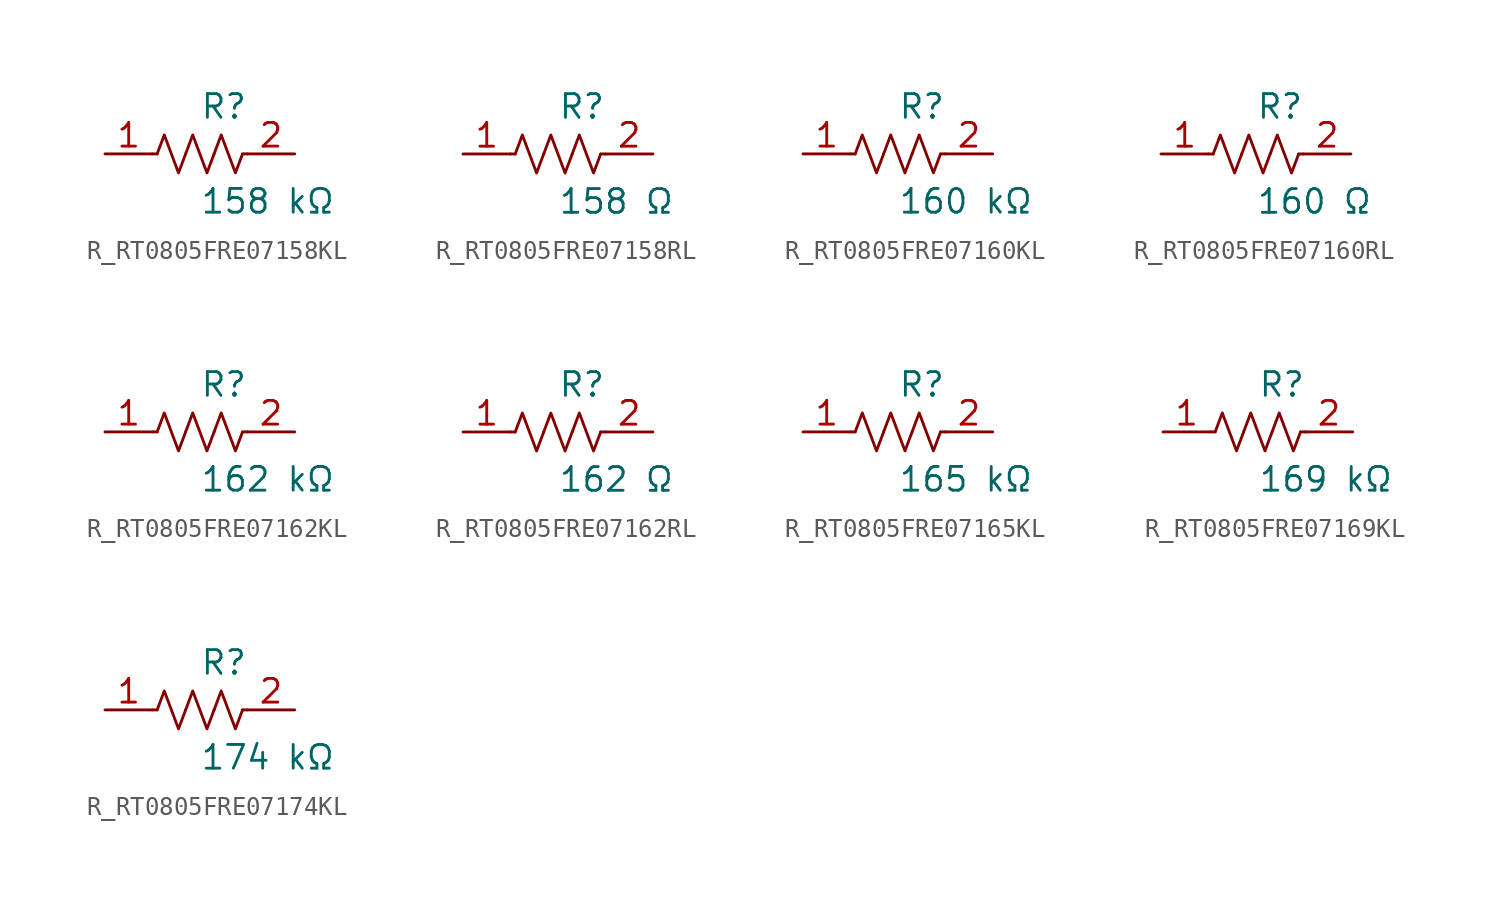
<source format=kicad_sym>
(kicad_symbol_lib
  (version 20231120)
  (generator kicad_symbol_editor)
  (generator_version 8.0)
  (symbol "R_RT0805FRE07158KL"
    (pin_names
      (offset 0.254))
    (property "Reference" "R"
      (at 0 2.54 0)
      (effects (font (size 1.27 1.27)) (justify left)))
    (property "Value" "158 kΩ"
      (at 0 -2.54 0)
      (effects (font (size 1.27 1.27)) (justify left)))
    (symbol "R_RT0805FRE07158KL_0_1"
      (polyline (pts (xy 2.286 0) (xy 2.54 0)) (stroke (width 0) (type default)) (fill (type none)))
      (polyline (pts (xy -2.286 0) (xy -2.54 0)) (stroke (width 0) (type default)) (fill (type none)))
      (polyline (pts (xy 0.762 0) (xy 1.143 1.016) (xy 1.524 0) (xy 1.905 -1.016) (xy 2.286 0)) (stroke (width 0) (type default)) (fill (type none)))
      (polyline (pts (xy -0.762 0) (xy -0.381 1.016) (xy 0 0) (xy 0.381 -1.016) (xy 0.762 0)) (stroke (width 0) (type default)) (fill (type none)))
      (polyline (pts (xy -2.286 0) (xy -1.905 1.016) (xy -1.524 0) (xy -1.143 -1.016) (xy -0.762 0)) (stroke (width 0) (type default)) (fill (type none))))
    (pin passive line
      (at -5.08 0 0)
      (length 2.54)
      (name "" (effects (font (size 1.27 1.27))))
      (number "1" (effects (font (size 1.27 1.27)))))
    (pin passive line
      (at 5.08 0 180)
      (length 2.54)
      (name "" (effects (font (size 1.27 1.27))))
      (number "2" (effects (font (size 1.27 1.27))))))
  (symbol "R_RT0805FRE07158RL"
    (pin_names
      (offset 0.254))
    (property "Reference" "R"
      (at 0 2.54 0)
      (effects (font (size 1.27 1.27)) (justify left)))
    (property "Value" "158 Ω"
      (at 0 -2.54 0)
      (effects (font (size 1.27 1.27)) (justify left)))
    (symbol "R_RT0805FRE07158RL_0_1"
      (polyline (pts (xy 2.286 0) (xy 2.54 0)) (stroke (width 0) (type default)) (fill (type none)))
      (polyline (pts (xy -2.286 0) (xy -2.54 0)) (stroke (width 0) (type default)) (fill (type none)))
      (polyline (pts (xy 0.762 0) (xy 1.143 1.016) (xy 1.524 0) (xy 1.905 -1.016) (xy 2.286 0)) (stroke (width 0) (type default)) (fill (type none)))
      (polyline (pts (xy -0.762 0) (xy -0.381 1.016) (xy 0 0) (xy 0.381 -1.016) (xy 0.762 0)) (stroke (width 0) (type default)) (fill (type none)))
      (polyline (pts (xy -2.286 0) (xy -1.905 1.016) (xy -1.524 0) (xy -1.143 -1.016) (xy -0.762 0)) (stroke (width 0) (type default)) (fill (type none))))
    (pin passive line
      (at -5.08 0 0)
      (length 2.54)
      (name "" (effects (font (size 1.27 1.27))))
      (number "1" (effects (font (size 1.27 1.27)))))
    (pin passive line
      (at 5.08 0 180)
      (length 2.54)
      (name "" (effects (font (size 1.27 1.27))))
      (number "2" (effects (font (size 1.27 1.27))))))
  (symbol "R_RT0805FRE07160KL"
    (pin_names
      (offset 0.254))
    (property "Reference" "R"
      (at 0 2.54 0)
      (effects (font (size 1.27 1.27)) (justify left)))
    (property "Value" "160 kΩ"
      (at 0 -2.54 0)
      (effects (font (size 1.27 1.27)) (justify left)))
    (symbol "R_RT0805FRE07160KL_0_1"
      (polyline (pts (xy 2.286 0) (xy 2.54 0)) (stroke (width 0) (type default)) (fill (type none)))
      (polyline (pts (xy -2.286 0) (xy -2.54 0)) (stroke (width 0) (type default)) (fill (type none)))
      (polyline (pts (xy 0.762 0) (xy 1.143 1.016) (xy 1.524 0) (xy 1.905 -1.016) (xy 2.286 0)) (stroke (width 0) (type default)) (fill (type none)))
      (polyline (pts (xy -0.762 0) (xy -0.381 1.016) (xy 0 0) (xy 0.381 -1.016) (xy 0.762 0)) (stroke (width 0) (type default)) (fill (type none)))
      (polyline (pts (xy -2.286 0) (xy -1.905 1.016) (xy -1.524 0) (xy -1.143 -1.016) (xy -0.762 0)) (stroke (width 0) (type default)) (fill (type none))))
    (pin passive line
      (at -5.08 0 0)
      (length 2.54)
      (name "" (effects (font (size 1.27 1.27))))
      (number "1" (effects (font (size 1.27 1.27)))))
    (pin passive line
      (at 5.08 0 180)
      (length 2.54)
      (name "" (effects (font (size 1.27 1.27))))
      (number "2" (effects (font (size 1.27 1.27))))))
  (symbol "R_RT0805FRE07160RL"
    (pin_names
      (offset 0.254))
    (property "Reference" "R"
      (at 0 2.54 0)
      (effects (font (size 1.27 1.27)) (justify left)))
    (property "Value" "160 Ω"
      (at 0 -2.54 0)
      (effects (font (size 1.27 1.27)) (justify left)))
    (symbol "R_RT0805FRE07160RL_0_1"
      (polyline (pts (xy 2.286 0) (xy 2.54 0)) (stroke (width 0) (type default)) (fill (type none)))
      (polyline (pts (xy -2.286 0) (xy -2.54 0)) (stroke (width 0) (type default)) (fill (type none)))
      (polyline (pts (xy 0.762 0) (xy 1.143 1.016) (xy 1.524 0) (xy 1.905 -1.016) (xy 2.286 0)) (stroke (width 0) (type default)) (fill (type none)))
      (polyline (pts (xy -0.762 0) (xy -0.381 1.016) (xy 0 0) (xy 0.381 -1.016) (xy 0.762 0)) (stroke (width 0) (type default)) (fill (type none)))
      (polyline (pts (xy -2.286 0) (xy -1.905 1.016) (xy -1.524 0) (xy -1.143 -1.016) (xy -0.762 0)) (stroke (width 0) (type default)) (fill (type none))))
    (pin passive line
      (at -5.08 0 0)
      (length 2.54)
      (name "" (effects (font (size 1.27 1.27))))
      (number "1" (effects (font (size 1.27 1.27)))))
    (pin passive line
      (at 5.08 0 180)
      (length 2.54)
      (name "" (effects (font (size 1.27 1.27))))
      (number "2" (effects (font (size 1.27 1.27))))))
  (symbol "R_RT0805FRE07162KL"
    (pin_names
      (offset 0.254))
    (property "Reference" "R"
      (at 0 2.54 0)
      (effects (font (size 1.27 1.27)) (justify left)))
    (property "Value" "162 kΩ"
      (at 0 -2.54 0)
      (effects (font (size 1.27 1.27)) (justify left)))
    (symbol "R_RT0805FRE07162KL_0_1"
      (polyline (pts (xy 2.286 0) (xy 2.54 0)) (stroke (width 0) (type default)) (fill (type none)))
      (polyline (pts (xy -2.286 0) (xy -2.54 0)) (stroke (width 0) (type default)) (fill (type none)))
      (polyline (pts (xy 0.762 0) (xy 1.143 1.016) (xy 1.524 0) (xy 1.905 -1.016) (xy 2.286 0)) (stroke (width 0) (type default)) (fill (type none)))
      (polyline (pts (xy -0.762 0) (xy -0.381 1.016) (xy 0 0) (xy 0.381 -1.016) (xy 0.762 0)) (stroke (width 0) (type default)) (fill (type none)))
      (polyline (pts (xy -2.286 0) (xy -1.905 1.016) (xy -1.524 0) (xy -1.143 -1.016) (xy -0.762 0)) (stroke (width 0) (type default)) (fill (type none))))
    (pin passive line
      (at -5.08 0 0)
      (length 2.54)
      (name "" (effects (font (size 1.27 1.27))))
      (number "1" (effects (font (size 1.27 1.27)))))
    (pin passive line
      (at 5.08 0 180)
      (length 2.54)
      (name "" (effects (font (size 1.27 1.27))))
      (number "2" (effects (font (size 1.27 1.27))))))
  (symbol "R_RT0805FRE07162RL"
    (pin_names
      (offset 0.254))
    (property "Reference" "R"
      (at 0 2.54 0)
      (effects (font (size 1.27 1.27)) (justify left)))
    (property "Value" "162 Ω"
      (at 0 -2.54 0)
      (effects (font (size 1.27 1.27)) (justify left)))
    (symbol "R_RT0805FRE07162RL_0_1"
      (polyline (pts (xy 2.286 0) (xy 2.54 0)) (stroke (width 0) (type default)) (fill (type none)))
      (polyline (pts (xy -2.286 0) (xy -2.54 0)) (stroke (width 0) (type default)) (fill (type none)))
      (polyline (pts (xy 0.762 0) (xy 1.143 1.016) (xy 1.524 0) (xy 1.905 -1.016) (xy 2.286 0)) (stroke (width 0) (type default)) (fill (type none)))
      (polyline (pts (xy -0.762 0) (xy -0.381 1.016) (xy 0 0) (xy 0.381 -1.016) (xy 0.762 0)) (stroke (width 0) (type default)) (fill (type none)))
      (polyline (pts (xy -2.286 0) (xy -1.905 1.016) (xy -1.524 0) (xy -1.143 -1.016) (xy -0.762 0)) (stroke (width 0) (type default)) (fill (type none))))
    (pin passive line
      (at -5.08 0 0)
      (length 2.54)
      (name "" (effects (font (size 1.27 1.27))))
      (number "1" (effects (font (size 1.27 1.27)))))
    (pin passive line
      (at 5.08 0 180)
      (length 2.54)
      (name "" (effects (font (size 1.27 1.27))))
      (number "2" (effects (font (size 1.27 1.27))))))
  (symbol "R_RT0805FRE07165KL"
    (pin_names
      (offset 0.254))
    (property "Reference" "R"
      (at 0 2.54 0)
      (effects (font (size 1.27 1.27)) (justify left)))
    (property "Value" "165 kΩ"
      (at 0 -2.54 0)
      (effects (font (size 1.27 1.27)) (justify left)))
    (symbol "R_RT0805FRE07165KL_0_1"
      (polyline (pts (xy 2.286 0) (xy 2.54 0)) (stroke (width 0) (type default)) (fill (type none)))
      (polyline (pts (xy -2.286 0) (xy -2.54 0)) (stroke (width 0) (type default)) (fill (type none)))
      (polyline (pts (xy 0.762 0) (xy 1.143 1.016) (xy 1.524 0) (xy 1.905 -1.016) (xy 2.286 0)) (stroke (width 0) (type default)) (fill (type none)))
      (polyline (pts (xy -0.762 0) (xy -0.381 1.016) (xy 0 0) (xy 0.381 -1.016) (xy 0.762 0)) (stroke (width 0) (type default)) (fill (type none)))
      (polyline (pts (xy -2.286 0) (xy -1.905 1.016) (xy -1.524 0) (xy -1.143 -1.016) (xy -0.762 0)) (stroke (width 0) (type default)) (fill (type none))))
    (pin passive line
      (at -5.08 0 0)
      (length 2.54)
      (name "" (effects (font (size 1.27 1.27))))
      (number "1" (effects (font (size 1.27 1.27)))))
    (pin passive line
      (at 5.08 0 180)
      (length 2.54)
      (name "" (effects (font (size 1.27 1.27))))
      (number "2" (effects (font (size 1.27 1.27))))))
  (symbol "R_RT0805FRE07169KL"
    (pin_names
      (offset 0.254))
    (property "Reference" "R"
      (at 0 2.54 0)
      (effects (font (size 1.27 1.27)) (justify left)))
    (property "Value" "169 kΩ"
      (at 0 -2.54 0)
      (effects (font (size 1.27 1.27)) (justify left)))
    (symbol "R_RT0805FRE07169KL_0_1"
      (polyline (pts (xy 2.286 0) (xy 2.54 0)) (stroke (width 0) (type default)) (fill (type none)))
      (polyline (pts (xy -2.286 0) (xy -2.54 0)) (stroke (width 0) (type default)) (fill (type none)))
      (polyline (pts (xy 0.762 0) (xy 1.143 1.016) (xy 1.524 0) (xy 1.905 -1.016) (xy 2.286 0)) (stroke (width 0) (type default)) (fill (type none)))
      (polyline (pts (xy -0.762 0) (xy -0.381 1.016) (xy 0 0) (xy 0.381 -1.016) (xy 0.762 0)) (stroke (width 0) (type default)) (fill (type none)))
      (polyline (pts (xy -2.286 0) (xy -1.905 1.016) (xy -1.524 0) (xy -1.143 -1.016) (xy -0.762 0)) (stroke (width 0) (type default)) (fill (type none))))
    (pin passive line
      (at -5.08 0 0)
      (length 2.54)
      (name "" (effects (font (size 1.27 1.27))))
      (number "1" (effects (font (size 1.27 1.27)))))
    (pin passive line
      (at 5.08 0 180)
      (length 2.54)
      (name "" (effects (font (size 1.27 1.27))))
      (number "2" (effects (font (size 1.27 1.27))))))
  (symbol "R_RT0805FRE07174KL"
    (pin_names
      (offset 0.254))
    (property "Reference" "R"
      (at 0 2.54 0)
      (effects (font (size 1.27 1.27)) (justify left)))
    (property "Value" "174 kΩ"
      (at 0 -2.54 0)
      (effects (font (size 1.27 1.27)) (justify left)))
    (symbol "R_RT0805FRE07174KL_0_1"
      (polyline (pts (xy 2.286 0) (xy 2.54 0)) (stroke (width 0) (type default)) (fill (type none)))
      (polyline (pts (xy -2.286 0) (xy -2.54 0)) (stroke (width 0) (type default)) (fill (type none)))
      (polyline (pts (xy 0.762 0) (xy 1.143 1.016) (xy 1.524 0) (xy 1.905 -1.016) (xy 2.286 0)) (stroke (width 0) (type default)) (fill (type none)))
      (polyline (pts (xy -0.762 0) (xy -0.381 1.016) (xy 0 0) (xy 0.381 -1.016) (xy 0.762 0)) (stroke (width 0) (type default)) (fill (type none)))
      (polyline (pts (xy -2.286 0) (xy -1.905 1.016) (xy -1.524 0) (xy -1.143 -1.016) (xy -0.762 0)) (stroke (width 0) (type default)) (fill (type none))))
    (pin passive line
      (at -5.08 0 0)
      (length 2.54)
      (name "" (effects (font (size 1.27 1.27))))
      (number "1" (effects (font (size 1.27 1.27)))))
    (pin passive line
      (at 5.08 0 180)
      (length 2.54)
      (name "" (effects (font (size 1.27 1.27))))
      (number "2" (effects (font (size 1.27 1.27)))))))
</source>
